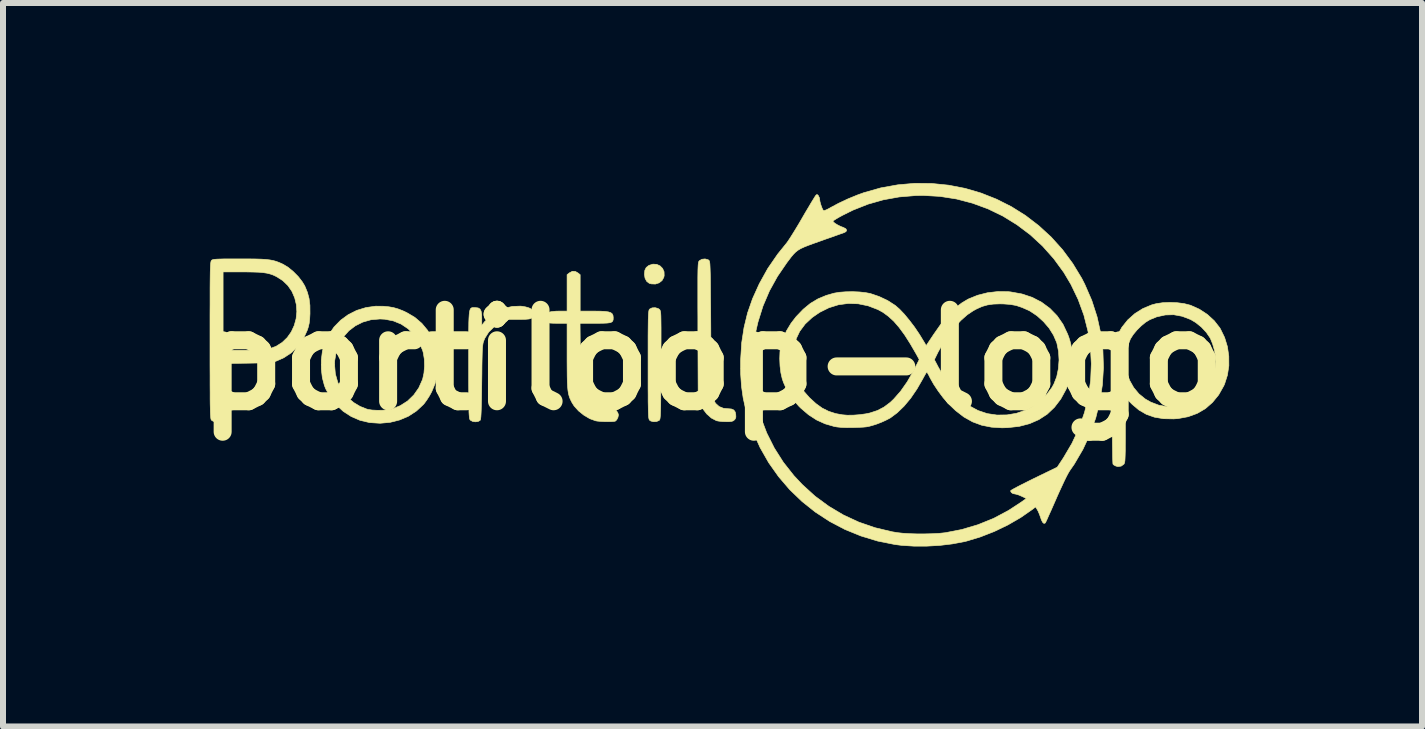
<source format=kicad_pcb>
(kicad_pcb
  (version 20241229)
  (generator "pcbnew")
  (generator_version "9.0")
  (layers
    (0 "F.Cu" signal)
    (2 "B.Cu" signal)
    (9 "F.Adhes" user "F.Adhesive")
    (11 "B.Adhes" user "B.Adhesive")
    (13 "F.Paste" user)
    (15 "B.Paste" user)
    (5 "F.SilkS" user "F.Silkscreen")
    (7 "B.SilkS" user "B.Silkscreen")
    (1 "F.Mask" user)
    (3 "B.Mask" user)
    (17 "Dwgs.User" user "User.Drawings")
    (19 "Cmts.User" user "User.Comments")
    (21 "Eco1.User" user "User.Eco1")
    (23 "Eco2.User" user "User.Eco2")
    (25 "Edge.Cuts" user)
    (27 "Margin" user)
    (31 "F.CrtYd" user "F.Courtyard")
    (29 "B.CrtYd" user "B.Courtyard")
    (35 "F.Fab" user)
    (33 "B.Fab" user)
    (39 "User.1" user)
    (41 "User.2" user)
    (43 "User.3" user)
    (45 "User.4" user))
  (footprint "portiloop-logo"
    (layer "F.Cu")
    (at 8.825 2.948)
    (property "Reference" "portiloop-logo" (at 0 0 0) (layer "F.SilkS") (effects (font (size 1.524 1.524) (thickness 0.3))))
    (attr through_hole)
    (fp_poly (pts (xy -0.93 -1.592) (xy -0.875 -1.567) (xy -0.833 -1.525) (xy -0.808 -1.47) (xy -0.806 -1.405) (xy -0.812 -1.376) (xy -0.842 -1.322) (xy -0.891 -1.284) (xy -0.953 -1.264) (xy -1.021 -1.267) (xy -1.055 -1.277) (xy -1.097 -1.309) (xy -1.125 -1.362) (xy -1.135 -1.428) (xy -1.128 -1.494) (xy -1.105 -1.54) (xy -1.063 -1.573) (xy -1.06 -1.575) (xy -0.993 -1.596) (xy -0.93 -1.592)) (stroke (width 0.01) (type solid)) (fill yes) (layer "F.SilkS"))
    (fp_poly (pts (xy -0.908 -0.857) (xy -0.885 -0.842) (xy -0.879 -0.835) (xy -0.874 -0.827) (xy -0.87 -0.815) (xy -0.866 -0.796) (xy -0.863 -0.77) (xy -0.861 -0.733) (xy -0.86 -0.683) (xy -0.859 -0.618) (xy -0.858 -0.537) (xy -0.858 -0.436) (xy -0.858 -0.313) (xy -0.859 -0.167) (xy -0.859 0.005) (xy -0.86 0.089) (xy -0.86 0.273) (xy -0.861 0.43) (xy -0.862 0.562) (xy -0.863 0.672) (xy -0.864 0.762) (xy -0.866 0.834) (xy -0.868 0.889) (xy -0.87 0.931) (xy -0.873 0.961) (xy -0.876 0.982) (xy -0.88 0.995) (xy -0.885 1.004) (xy -0.891 1.009) (xy -0.892 1.01) (xy -0.933 1.027) (xy -0.983 1.03) (xy -1.028 1.019) (xy -1.05 1.004) (xy -1.055 0.997) (xy -1.059 0.984) (xy -1.063 0.966) (xy -1.066 0.938) (xy -1.068 0.899) (xy -1.07 0.847) (xy -1.071 0.78) (xy -1.073 0.695) (xy -1.073 0.59) (xy -1.074 0.463) (xy -1.074 0.313) (xy -1.074 0.136) (xy -1.074 0.077) (xy -1.074 -0.107) (xy -1.074 -0.264) (xy -1.074 -0.397) (xy -1.073 -0.507) (xy -1.072 -0.597) (xy -1.071 -0.669) (xy -1.069 -0.725) (xy -1.067 -0.767) (xy -1.064 -0.798) (xy -1.061 -0.819) (xy -1.057 -0.833) (xy -1.052 -0.841) (xy -1.048 -0.847) (xy -1.007 -0.867) (xy -0.956 -0.87) (xy -0.908 -0.857)) (stroke (width 0.01) (type solid)) (fill yes) (layer "F.SilkS"))
    (fp_poly (pts (xy -0.076 -1.67) (xy -0.064 -1.663) (xy -0.059 -1.658) (xy -0.055 -1.652) (xy -0.051 -1.64) (xy -0.047 -1.623) (xy -0.044 -1.598) (xy -0.042 -1.562) (xy -0.04 -1.514) (xy -0.038 -1.453) (xy -0.036 -1.375) (xy -0.035 -1.28) (xy -0.034 -1.165) (xy -0.033 -1.028) (xy -0.031 -0.867) (xy -0.03 -0.681) (xy -0.029 -0.527) (xy -0.028 -0.32) (xy -0.026 -0.14) (xy -0.025 0.016) (xy -0.024 0.148) (xy -0.022 0.259) (xy -0.021 0.352) (xy -0.019 0.427) (xy -0.017 0.487) (xy -0.014 0.534) (xy -0.012 0.571) (xy -0.008 0.598) (xy -0.005 0.618) (xy -0.00048 0.634) (xy 0.004 0.646) (xy 0.051 0.724) (xy 0.109 0.777) (xy 0.181 0.806) (xy 0.251 0.813) (xy 0.314 0.818) (xy 0.354 0.835) (xy 0.378 0.868) (xy 0.387 0.91) (xy 0.389 0.954) (xy 0.378 0.984) (xy 0.365 1) (xy 0.344 1.016) (xy 0.318 1.025) (xy 0.279 1.029) (xy 0.221 1.029) (xy 0.161 1.027) (xy 0.106 1.021) (xy 0.068 1.014) (xy 0.065 1.013) (xy -0.019 0.969) (xy -0.096 0.901) (xy -0.162 0.815) (xy -0.206 0.728) (xy -0.239 0.646) (xy -0.244 -0.489) (xy -0.244 -0.698) (xy -0.245 -0.879) (xy -0.245 -1.035) (xy -0.245 -1.167) (xy -0.245 -1.279) (xy -0.245 -1.371) (xy -0.244 -1.446) (xy -0.243 -1.505) (xy -0.241 -1.551) (xy -0.239 -1.586) (xy -0.236 -1.611) (xy -0.233 -1.628) (xy -0.229 -1.64) (xy -0.224 -1.647) (xy -0.219 -1.653) (xy -0.218 -1.654) (xy -0.177 -1.677) (xy -0.125 -1.683) (xy -0.076 -1.67)) (stroke (width 0.01) (type solid)) (fill yes) (layer "F.SilkS"))
    (fp_poly (pts (xy -2.286 -1.474) (xy -2.244 -1.45) (xy -2.206 -1.42) (xy -2.206 -0.813) (xy -1.982 -0.813) (xy -1.876 -0.812) (xy -1.795 -0.808) (xy -1.736 -0.8) (xy -1.696 -0.787) (xy -1.672 -0.768) (xy -1.659 -0.742) (xy -1.655 -0.707) (xy -1.655 -0.701) (xy -1.656 -0.671) (xy -1.663 -0.648) (xy -1.68 -0.631) (xy -1.709 -0.62) (xy -1.755 -0.614) (xy -1.821 -0.611) (xy -1.911 -0.61) (xy -1.954 -0.61) (xy -2.208 -0.61) (xy -2.203 -0.069) (xy -2.199 0.472) (xy -2.151 0.569) (xy -2.097 0.658) (xy -2.032 0.724) (xy -1.952 0.77) (xy -1.852 0.798) (xy -1.752 0.809) (xy -1.689 0.814) (xy -1.648 0.82) (xy -1.622 0.829) (xy -1.604 0.843) (xy -1.596 0.853) (xy -1.576 0.888) (xy -1.568 0.917) (xy -1.576 0.957) (xy -1.596 0.997) (xy -1.617 1.019) (xy -1.64 1.025) (xy -1.684 1.028) (xy -1.742 1.029) (xy -1.805 1.028) (xy -1.867 1.025) (xy -1.92 1.02) (xy -1.949 1.015) (xy -2.045 0.98) (xy -2.142 0.923) (xy -2.232 0.851) (xy -2.306 0.769) (xy -2.341 0.714) (xy -2.361 0.675) (xy -2.378 0.638) (xy -2.391 0.6) (xy -2.402 0.557) (xy -2.41 0.505) (xy -2.416 0.442) (xy -2.42 0.365) (xy -2.422 0.27) (xy -2.423 0.155) (xy -2.424 0.015) (xy -2.424 -0.068) (xy -2.424 -0.61) (xy -2.583 -0.61) (xy -2.658 -0.611) (xy -2.709 -0.614) (xy -2.742 -0.62) (xy -2.761 -0.63) (xy -2.764 -0.632) (xy -2.78 -0.664) (xy -2.786 -0.709) (xy -2.781 -0.751) (xy -2.775 -0.765) (xy -2.745 -0.788) (xy -2.689 -0.804) (xy -2.607 -0.812) (xy -2.554 -0.813) (xy -2.424 -0.813) (xy -2.424 -1.42) (xy -2.386 -1.45) (xy -2.335 -1.477) (xy -2.286 -1.474)) (stroke (width 0.01) (type solid)) (fill yes) (layer "F.SilkS"))
    (fp_poly (pts (xy -3.172 -0.893) (xy -3.115 -0.883) (xy -3.063 -0.868) (xy -3.036 -0.856) (xy -3.005 -0.832) (xy -2.992 -0.803) (xy -2.99 -0.771) (xy -2.992 -0.736) (xy -3.001 -0.71) (xy -3.021 -0.693) (xy -3.056 -0.682) (xy -3.11 -0.677) (xy -3.188 -0.675) (xy -3.229 -0.675) (xy -3.42 -0.675) (xy -3.531 -0.62) (xy -3.64 -0.551) (xy -3.729 -0.465) (xy -3.793 -0.364) (xy -3.806 -0.334) (xy -3.814 -0.313) (xy -3.821 -0.293) (xy -3.826 -0.269) (xy -3.83 -0.239) (xy -3.834 -0.2) (xy -3.837 -0.149) (xy -3.839 -0.083) (xy -3.841 0.001) (xy -3.843 0.105) (xy -3.844 0.233) (xy -3.846 0.364) (xy -3.848 0.521) (xy -3.85 0.651) (xy -3.853 0.756) (xy -3.855 0.839) (xy -3.858 0.903) (xy -3.861 0.95) (xy -3.865 0.981) (xy -3.87 1) (xy -3.873 1.007) (xy -3.906 1.026) (xy -3.952 1.032) (xy -3.999 1.025) (xy -4.035 1.005) (xy -4.041 0.998) (xy -4.046 0.989) (xy -4.05 0.974) (xy -4.053 0.951) (xy -4.056 0.918) (xy -4.059 0.872) (xy -4.06 0.812) (xy -4.062 0.736) (xy -4.063 0.641) (xy -4.063 0.525) (xy -4.064 0.386) (xy -4.064 0.222) (xy -4.064 0.072) (xy -4.064 -0.117) (xy -4.064 -0.279) (xy -4.064 -0.416) (xy -4.063 -0.53) (xy -4.062 -0.624) (xy -4.059 -0.698) (xy -4.055 -0.757) (xy -4.05 -0.8) (xy -4.043 -0.831) (xy -4.034 -0.852) (xy -4.022 -0.864) (xy -4.008 -0.87) (xy -3.992 -0.872) (xy -3.972 -0.871) (xy -3.951 -0.871) (xy -3.906 -0.866) (xy -3.876 -0.848) (xy -3.857 -0.813) (xy -3.848 -0.758) (xy -3.846 -0.691) (xy -3.846 -0.576) (xy -3.799 -0.636) (xy -3.706 -0.73) (xy -3.594 -0.806) (xy -3.469 -0.86) (xy -3.336 -0.891) (xy -3.2 -0.896) (xy -3.172 -0.893)) (stroke (width 0.01) (type solid)) (fill yes) (layer "F.SilkS"))
    (fp_poly (pts (xy -5.488 -0.894) (xy -5.394 -0.885) (xy -5.315 -0.871) (xy -5.242 -0.85) (xy -5.162 -0.819) (xy -5.096 -0.788) (xy -4.962 -0.709) (xy -4.845 -0.609) (xy -4.748 -0.492) (xy -4.672 -0.361) (xy -4.616 -0.219) (xy -4.583 -0.068) (xy -4.573 0.087) (xy -4.587 0.244) (xy -4.626 0.401) (xy -4.68 0.53) (xy -4.717 0.598) (xy -4.761 0.667) (xy -4.803 0.725) (xy -4.817 0.742) (xy -4.934 0.851) (xy -5.067 0.938) (xy -5.215 1.001) (xy -5.374 1.041) (xy -5.54 1.056) (xy -5.712 1.045) (xy -5.719 1.044) (xy -5.875 1.007) (xy -6.021 0.944) (xy -6.154 0.858) (xy -6.271 0.75) (xy -6.369 0.625) (xy -6.446 0.483) (xy -6.468 0.428) (xy -6.503 0.296) (xy -6.52 0.151) (xy -6.52 0.083) (xy -6.299 0.083) (xy -6.286 0.234) (xy -6.246 0.374) (xy -6.18 0.502) (xy -6.087 0.618) (xy -6.072 0.634) (xy -5.979 0.712) (xy -5.874 0.775) (xy -5.767 0.818) (xy -5.739 0.826) (xy -5.673 0.836) (xy -5.59 0.84) (xy -5.502 0.839) (xy -5.42 0.833) (xy -5.352 0.822) (xy -5.34 0.818) (xy -5.204 0.763) (xy -5.082 0.685) (xy -4.979 0.585) (xy -4.896 0.467) (xy -4.836 0.333) (xy -4.831 0.32) (xy -4.809 0.219) (xy -4.8 0.105) (xy -4.803 -0.011) (xy -4.82 -0.117) (xy -4.832 -0.16) (xy -4.894 -0.3) (xy -4.975 -0.421) (xy -5.075 -0.52) (xy -5.19 -0.597) (xy -5.32 -0.65) (xy -5.462 -0.678) (xy -5.543 -0.682) (xy -5.692 -0.669) (xy -5.829 -0.63) (xy -5.953 -0.568) (xy -6.062 -0.485) (xy -6.152 -0.383) (xy -6.223 -0.264) (xy -6.272 -0.131) (xy -6.297 0.014) (xy -6.299 0.083) (xy -6.52 0.083) (xy -6.52 0.002) (xy -6.502 -0.143) (xy -6.468 -0.268) (xy -6.399 -0.416) (xy -6.308 -0.548) (xy -6.198 -0.661) (xy -6.071 -0.754) (xy -5.93 -0.825) (xy -5.777 -0.872) (xy -5.615 -0.895) (xy -5.488 -0.894)) (stroke (width 0.01) (type solid)) (fill yes) (layer "F.SilkS"))
    (fp_poly (pts (xy 7.744 -0.953) (xy 7.86 -0.938) (xy 7.958 -0.913) (xy 7.966 -0.911) (xy 8.113 -0.845) (xy 8.246 -0.758) (xy 8.361 -0.653) (xy 8.454 -0.534) (xy 8.465 -0.515) (xy 8.534 -0.374) (xy 8.581 -0.221) (xy 8.604 -0.062) (xy 8.605 0.099) (xy 8.581 0.255) (xy 8.534 0.402) (xy 8.52 0.433) (xy 8.435 0.583) (xy 8.332 0.709) (xy 8.213 0.813) (xy 8.077 0.892) (xy 7.925 0.947) (xy 7.758 0.978) (xy 7.685 0.983) (xy 7.517 0.98) (xy 7.367 0.955) (xy 7.231 0.908) (xy 7.107 0.836) (xy 6.993 0.74) (xy 6.987 0.734) (xy 6.88 0.627) (xy 6.88 1.168) (xy 6.88 1.309) (xy 6.879 1.423) (xy 6.879 1.515) (xy 6.877 1.585) (xy 6.875 1.639) (xy 6.873 1.677) (xy 6.869 1.704) (xy 6.864 1.722) (xy 6.858 1.734) (xy 6.854 1.739) (xy 6.811 1.77) (xy 6.757 1.778) (xy 6.721 1.769) (xy 6.689 1.752) (xy 6.674 1.737) (xy 6.672 1.72) (xy 6.67 1.676) (xy 6.668 1.609) (xy 6.667 1.519) (xy 6.665 1.411) (xy 6.664 1.286) (xy 6.663 1.147) (xy 6.663 0.996) (xy 6.662 0.836) (xy 6.662 0.79) (xy 6.662 0.601) (xy 6.662 0.44) (xy 6.663 0.303) (xy 6.663 0.187) (xy 6.664 0.092) (xy 6.664 0.075) (xy 6.883 0.075) (xy 6.906 0.212) (xy 6.951 0.341) (xy 7.018 0.46) (xy 7.105 0.565) (xy 7.212 0.652) (xy 7.304 0.704) (xy 7.438 0.755) (xy 7.57 0.778) (xy 7.706 0.775) (xy 7.787 0.762) (xy 7.917 0.721) (xy 8.04 0.658) (xy 8.149 0.575) (xy 8.239 0.478) (xy 8.292 0.396) (xy 8.327 0.317) (xy 8.356 0.222) (xy 8.378 0.124) (xy 8.389 0.034) (xy 8.389 0.015) (xy 8.382 -0.07) (xy 8.363 -0.167) (xy 8.335 -0.264) (xy 8.301 -0.349) (xy 8.292 -0.367) (xy 8.229 -0.459) (xy 8.147 -0.547) (xy 8.052 -0.623) (xy 7.968 -0.673) (xy 7.827 -0.727) (xy 7.686 -0.753) (xy 7.544 -0.749) (xy 7.401 -0.717) (xy 7.289 -0.671) (xy 7.219 -0.629) (xy 7.145 -0.568) (xy 7.073 -0.497) (xy 7.011 -0.422) (xy 6.966 -0.352) (xy 6.963 -0.346) (xy 6.911 -0.207) (xy 6.885 -0.065) (xy 6.883 0.075) (xy 6.664 0.075) (xy 6.665 0.013) (xy 6.667 -0.05) (xy 6.669 -0.102) (xy 6.672 -0.142) (xy 6.676 -0.176) (xy 6.68 -0.203) (xy 6.685 -0.228) (xy 6.691 -0.252) (xy 6.691 -0.252) (xy 6.744 -0.404) (xy 6.822 -0.543) (xy 6.921 -0.667) (xy 7.039 -0.772) (xy 7.173 -0.856) (xy 7.32 -0.917) (xy 7.395 -0.937) (xy 7.502 -0.953) (xy 7.622 -0.958) (xy 7.744 -0.953)) (stroke (width 0.01) (type solid)) (fill yes) (layer "F.SilkS"))
    (fp_poly (pts (xy -7.88 -1.683) (xy -7.737 -1.683) (xy -7.619 -1.682) (xy -7.523 -1.679) (xy -7.444 -1.674) (xy -7.378 -1.666) (xy -7.323 -1.656) (xy -7.273 -1.642) (xy -7.225 -1.624) (xy -7.175 -1.602) (xy -7.156 -1.593) (xy -7.072 -1.542) (xy -6.986 -1.471) (xy -6.904 -1.388) (xy -6.837 -1.301) (xy -6.796 -1.233) (xy -6.752 -1.127) (xy -6.724 -1.022) (xy -6.71 -0.909) (xy -6.709 -0.779) (xy -6.709 -0.769) (xy -6.714 -0.68) (xy -6.722 -0.611) (xy -6.736 -0.55) (xy -6.753 -0.497) (xy -6.818 -0.354) (xy -6.906 -0.228) (xy -7.015 -0.122) (xy -7.143 -0.037) (xy -7.261 0.016) (xy -7.29 0.026) (xy -7.318 0.034) (xy -7.35 0.04) (xy -7.389 0.044) (xy -7.44 0.048) (xy -7.507 0.05) (xy -7.593 0.052) (xy -7.703 0.054) (xy -7.754 0.055) (xy -8.157 0.06) (xy -8.157 0.516) (xy -8.157 0.644) (xy -8.157 0.745) (xy -8.158 0.824) (xy -8.16 0.883) (xy -8.162 0.926) (xy -8.165 0.956) (xy -8.17 0.976) (xy -8.176 0.989) (xy -8.184 0.999) (xy -8.186 1.001) (xy -8.225 1.024) (xy -8.274 1.031) (xy -8.322 1.023) (xy -8.351 1.004) (xy -8.355 0.998) (xy -8.359 0.987) (xy -8.362 0.971) (xy -8.364 0.946) (xy -8.367 0.913) (xy -8.369 0.868) (xy -8.37 0.809) (xy -8.372 0.736) (xy -8.373 0.647) (xy -8.373 0.539) (xy -8.374 0.411) (xy -8.374 0.26) (xy -8.375 0.086) (xy -8.375 -0.113) (xy -8.375 -0.329) (xy -8.375 -0.554) (xy -8.375 -0.751) (xy -8.374 -0.923) (xy -8.374 -1.072) (xy -8.374 -1.198) (xy -8.373 -1.305) (xy -8.372 -1.393) (xy -8.371 -1.464) (xy -8.371 -1.466) (xy -8.157 -1.466) (xy -8.157 -0.16) (xy -7.819 -0.16) (xy -7.697 -0.16) (xy -7.6 -0.162) (xy -7.524 -0.165) (xy -7.466 -0.17) (xy -7.42 -0.176) (xy -7.394 -0.182) (xy -7.275 -0.226) (xy -7.172 -0.291) (xy -7.087 -0.373) (xy -7.02 -0.468) (xy -6.971 -0.574) (xy -6.94 -0.687) (xy -6.928 -0.803) (xy -6.936 -0.92) (xy -6.963 -1.033) (xy -7.009 -1.14) (xy -7.076 -1.238) (xy -7.163 -1.322) (xy -7.272 -1.391) (xy -7.275 -1.392) (xy -7.324 -1.415) (xy -7.373 -1.432) (xy -7.425 -1.445) (xy -7.485 -1.454) (xy -7.558 -1.461) (xy -7.648 -1.464) (xy -7.76 -1.466) (xy -7.84 -1.466) (xy -8.157 -1.466) (xy -8.371 -1.466) (xy -8.369 -1.522) (xy -8.367 -1.566) (xy -8.365 -1.599) (xy -8.362 -1.623) (xy -8.359 -1.639) (xy -8.355 -1.65) (xy -8.351 -1.656) (xy -8.348 -1.66) (xy -8.338 -1.667) (xy -8.322 -1.672) (xy -8.297 -1.676) (xy -8.26 -1.679) (xy -8.207 -1.681) (xy -8.136 -1.683) (xy -8.044 -1.683) (xy -7.927 -1.683) (xy -7.88 -1.683)) (stroke (width 0.01) (type solid)) (fill yes) (layer "F.SilkS"))
    (fp_poly (pts (xy 4.929 -1.137) (xy 4.968 -1.133) (xy 5.156 -1.099) (xy 5.328 -1.042) (xy 5.484 -0.961) (xy 5.622 -0.859) (xy 5.742 -0.736) (xy 5.841 -0.593) (xy 5.918 -0.43) (xy 5.938 -0.377) (xy 5.958 -0.313) (xy 5.972 -0.258) (xy 5.981 -0.202) (xy 5.987 -0.136) (xy 5.991 -0.05) (xy 5.991 -0.049) (xy 5.992 0.086) (xy 5.982 0.203) (xy 5.96 0.31) (xy 5.924 0.416) (xy 5.892 0.491) (xy 5.803 0.653) (xy 5.698 0.79) (xy 5.577 0.905) (xy 5.439 0.995) (xy 5.283 1.063) (xy 5.11 1.108) (xy 4.919 1.129) (xy 4.825 1.132) (xy 4.649 1.121) (xy 4.487 1.089) (xy 4.335 1.033) (xy 4.19 0.952) (xy 4.05 0.844) (xy 3.925 0.724) (xy 3.843 0.629) (xy 3.761 0.519) (xy 3.686 0.406) (xy 3.625 0.298) (xy 3.62 0.287) (xy 3.598 0.244) (xy 3.58 0.214) (xy 3.571 0.203) (xy 3.561 0.215) (xy 3.542 0.247) (xy 3.516 0.293) (xy 3.505 0.314) (xy 3.407 0.485) (xy 3.302 0.639) (xy 3.191 0.772) (xy 3.078 0.881) (xy 2.964 0.966) (xy 2.946 0.976) (xy 2.888 1.006) (xy 2.815 1.039) (xy 2.74 1.068) (xy 2.714 1.077) (xy 2.658 1.094) (xy 2.61 1.107) (xy 2.563 1.116) (xy 2.51 1.121) (xy 2.442 1.124) (xy 2.353 1.127) (xy 2.351 1.127) (xy 2.238 1.128) (xy 2.148 1.125) (xy 2.077 1.118) (xy 2.03 1.11) (xy 1.875 1.065) (xy 1.734 1.001) (xy 1.6 0.914) (xy 1.47 0.803) (xy 1.437 0.77) (xy 1.33 0.648) (xy 1.246 0.519) (xy 1.182 0.374) (xy 1.161 0.312) (xy 1.139 0.215) (xy 1.125 0.102) (xy 1.12 -0.018) (xy 1.12 -0.022) (xy 1.335 -0.022) (xy 1.345 0.127) (xy 1.376 0.261) (xy 1.429 0.386) (xy 1.507 0.506) (xy 1.612 0.626) (xy 1.616 0.63) (xy 1.723 0.728) (xy 1.827 0.803) (xy 1.935 0.857) (xy 2.053 0.895) (xy 2.163 0.915) (xy 2.246 0.922) (xy 2.347 0.921) (xy 2.453 0.913) (xy 2.554 0.899) (xy 2.622 0.885) (xy 2.747 0.844) (xy 2.857 0.787) (xy 2.961 0.709) (xy 3.019 0.654) (xy 3.135 0.522) (xy 3.245 0.365) (xy 3.351 0.181) (xy 3.369 0.146) (xy 3.444 -0.004) (xy 3.697 -0.004) (xy 3.765 0.125) (xy 3.859 0.287) (xy 3.958 0.434) (xy 4.06 0.563) (xy 4.163 0.671) (xy 4.264 0.754) (xy 4.279 0.765) (xy 4.423 0.843) (xy 4.577 0.895) (xy 4.739 0.919) (xy 4.907 0.917) (xy 5.065 0.89) (xy 5.204 0.843) (xy 5.337 0.773) (xy 5.461 0.683) (xy 5.569 0.577) (xy 5.656 0.461) (xy 5.689 0.402) (xy 5.736 0.282) (xy 5.764 0.147) (xy 5.775 0.004) (xy 5.767 -0.139) (xy 5.74 -0.274) (xy 5.735 -0.291) (xy 5.683 -0.412) (xy 5.609 -0.53) (xy 5.515 -0.639) (xy 5.409 -0.735) (xy 5.294 -0.812) (xy 5.265 -0.827) (xy 5.158 -0.874) (xy 5.06 -0.907) (xy 4.96 -0.925) (xy 4.848 -0.933) (xy 4.79 -0.934) (xy 4.677 -0.93) (xy 4.582 -0.916) (xy 4.494 -0.891) (xy 4.404 -0.851) (xy 4.345 -0.819) (xy 4.245 -0.752) (xy 4.141 -0.66) (xy 4.037 -0.548) (xy 3.938 -0.422) (xy 3.845 -0.283) (xy 3.763 -0.138) (xy 3.751 -0.114) (xy 3.697 -0.004) (xy 3.444 -0.004) (xy 3.445 -0.006) (xy 3.397 -0.094) (xy 3.296 -0.268) (xy 3.202 -0.416) (xy 3.11 -0.541) (xy 3.021 -0.644) (xy 2.93 -0.727) (xy 2.838 -0.794) (xy 2.756 -0.839) (xy 2.594 -0.901) (xy 2.429 -0.935) (xy 2.263 -0.941) (xy 2.099 -0.919) (xy 1.939 -0.869) (xy 1.784 -0.792) (xy 1.66 -0.706) (xy 1.544 -0.598) (xy 1.453 -0.476) (xy 1.389 -0.341) (xy 1.349 -0.192) (xy 1.335 -0.029) (xy 1.335 -0.022) (xy 1.12 -0.022) (xy 1.124 -0.134) (xy 1.138 -0.232) (xy 1.175 -0.356) (xy 1.233 -0.485) (xy 1.309 -0.611) (xy 1.393 -0.72) (xy 1.511 -0.843) (xy 1.63 -0.941) (xy 1.757 -1.017) (xy 1.896 -1.075) (xy 2.025 -1.112) (xy 2.114 -1.127) (xy 2.222 -1.135) (xy 2.338 -1.137) (xy 2.452 -1.132) (xy 2.556 -1.12) (xy 2.63 -1.106) (xy 2.777 -1.056) (xy 2.917 -0.99) (xy 3.04 -0.911) (xy 3.045 -0.908) (xy 3.117 -0.845) (xy 3.197 -0.761) (xy 3.281 -0.659) (xy 3.367 -0.546) (xy 3.448 -0.426) (xy 3.523 -0.303) (xy 3.527 -0.297) (xy 3.561 -0.238) (xy 3.687 -0.427) (xy 3.79 -0.574) (xy 3.884 -0.696) (xy 3.975 -0.798) (xy 4.064 -0.881) (xy 4.155 -0.95) (xy 4.25 -1.007) (xy 4.267 -1.016) (xy 4.417 -1.077) (xy 4.582 -1.119) (xy 4.755 -1.139) (xy 4.929 -1.137)) (stroke (width 0.01) (type solid)) (fill yes) (layer "F.SilkS"))
    (fp_poly (pts (xy 3.656 -2.94) (xy 3.934 -2.912) (xy 4.208 -2.859) (xy 4.474 -2.781) (xy 4.732 -2.679) (xy 4.98 -2.554) (xy 5.215 -2.407) (xy 5.437 -2.237) (xy 5.644 -2.047) (xy 5.833 -1.837) (xy 6.003 -1.607) (xy 6.154 -1.358) (xy 6.206 -1.255) (xy 6.321 -0.99) (xy 6.409 -0.717) (xy 6.471 -0.438) (xy 6.506 -0.155) (xy 6.515 0.129) (xy 6.498 0.411) (xy 6.455 0.691) (xy 6.387 0.966) (xy 6.293 1.233) (xy 6.173 1.491) (xy 6.029 1.737) (xy 5.95 1.851) (xy 5.931 1.883) (xy 5.902 1.937) (xy 5.866 2.01) (xy 5.825 2.098) (xy 5.78 2.195) (xy 5.734 2.298) (xy 5.727 2.315) (xy 5.683 2.415) (xy 5.643 2.506) (xy 5.607 2.585) (xy 5.579 2.649) (xy 5.558 2.694) (xy 5.547 2.716) (xy 5.545 2.718) (xy 5.524 2.726) (xy 5.501 2.706) (xy 5.479 2.662) (xy 5.469 2.631) (xy 5.449 2.575) (xy 5.427 2.523) (xy 5.414 2.499) (xy 5.384 2.45) (xy 5.33 2.492) (xy 5.136 2.627) (xy 4.922 2.751) (xy 4.695 2.86) (xy 4.462 2.951) (xy 4.23 3.021) (xy 4.187 3.031) (xy 3.995 3.067) (xy 3.786 3.092) (xy 3.57 3.104) (xy 3.356 3.104) (xy 3.152 3.091) (xy 3.041 3.077) (xy 2.751 3.019) (xy 2.472 2.934) (xy 2.205 2.825) (xy 1.952 2.692) (xy 1.713 2.536) (xy 1.491 2.359) (xy 1.286 2.162) (xy 1.101 1.946) (xy 0.936 1.713) (xy 0.793 1.462) (xy 0.674 1.197) (xy 0.617 1.038) (xy 0.555 0.833) (xy 0.511 0.637) (xy 0.483 0.441) (xy 0.469 0.237) (xy 0.468 0.144) (xy 0.67 0.144) (xy 0.672 0.254) (xy 0.677 0.348) (xy 0.681 0.386) (xy 0.729 0.675) (xy 0.803 0.953) (xy 0.903 1.217) (xy 1.029 1.468) (xy 1.18 1.706) (xy 1.357 1.93) (xy 1.494 2.076) (xy 1.708 2.271) (xy 1.938 2.44) (xy 2.182 2.585) (xy 2.439 2.704) (xy 2.709 2.797) (xy 2.99 2.864) (xy 3.08 2.879) (xy 3.17 2.889) (xy 3.281 2.896) (xy 3.405 2.9) (xy 3.534 2.9) (xy 3.66 2.897) (xy 3.775 2.891) (xy 3.871 2.881) (xy 3.875 2.881) (xy 4.153 2.827) (xy 4.423 2.747) (xy 4.685 2.641) (xy 4.933 2.509) (xy 5.144 2.371) (xy 5.23 2.309) (xy 5.151 2.272) (xy 5.104 2.252) (xy 5.062 2.239) (xy 5.043 2.235) (xy 5.007 2.228) (xy 4.98 2.21) (xy 4.968 2.187) (xy 4.971 2.177) (xy 4.987 2.167) (xy 5.025 2.145) (xy 5.083 2.114) (xy 5.157 2.076) (xy 5.243 2.033) (xy 5.339 1.985) (xy 5.364 1.973) (xy 5.745 1.788) (xy 5.848 1.632) (xy 5.991 1.389) (xy 6.109 1.136) (xy 6.2 0.875) (xy 6.264 0.607) (xy 6.302 0.337) (xy 6.313 0.064) (xy 6.298 -0.209) (xy 6.257 -0.479) (xy 6.189 -0.746) (xy 6.094 -1.006) (xy 5.973 -1.258) (xy 5.855 -1.457) (xy 5.687 -1.687) (xy 5.5 -1.897) (xy 5.295 -2.086) (xy 5.074 -2.252) (xy 4.839 -2.397) (xy 4.591 -2.517) (xy 4.332 -2.612) (xy 4.065 -2.682) (xy 3.79 -2.725) (xy 3.51 -2.741) (xy 3.389 -2.739) (xy 3.111 -2.716) (xy 2.846 -2.668) (xy 2.59 -2.595) (xy 2.338 -2.495) (xy 2.171 -2.412) (xy 2.11 -2.379) (xy 2.059 -2.349) (xy 2.023 -2.326) (xy 2.007 -2.313) (xy 2.007 -2.313) (xy 2.016 -2.297) (xy 2.044 -2.274) (xy 2.087 -2.248) (xy 2.136 -2.224) (xy 2.181 -2.207) (xy 2.221 -2.186) (xy 2.235 -2.162) (xy 2.224 -2.138) (xy 2.195 -2.122) (xy 2.171 -2.113) (xy 2.124 -2.097) (xy 2.057 -2.073) (xy 1.976 -2.044) (xy 1.883 -2.012) (xy 1.8 -1.982) (xy 1.687 -1.942) (xy 1.597 -1.909) (xy 1.526 -1.881) (xy 1.47 -1.855) (xy 1.425 -1.828) (xy 1.386 -1.798) (xy 1.35 -1.762) (xy 1.312 -1.717) (xy 1.269 -1.66) (xy 1.24 -1.622) (xy 1.082 -1.391) (xy 0.949 -1.151) (xy 0.841 -0.898) (xy 0.757 -0.63) (xy 0.701 -0.385) (xy 0.69 -0.307) (xy 0.682 -0.208) (xy 0.675 -0.095) (xy 0.671 0.025) (xy 0.67 0.144) (xy 0.468 0.144) (xy 0.468 0.017) (xy 0.469 -0.014) (xy 0.486 -0.285) (xy 0.525 -0.539) (xy 0.584 -0.782) (xy 0.667 -1.02) (xy 0.775 -1.259) (xy 0.779 -1.268) (xy 0.92 -1.522) (xy 1.086 -1.763) (xy 1.233 -1.945) (xy 1.255 -1.975) (xy 1.289 -2.026) (xy 1.332 -2.094) (xy 1.382 -2.175) (xy 1.437 -2.266) (xy 1.493 -2.362) (xy 1.495 -2.366) (xy 1.549 -2.459) (xy 1.6 -2.544) (xy 1.644 -2.619) (xy 1.681 -2.679) (xy 1.707 -2.721) (xy 1.721 -2.742) (xy 1.722 -2.743) (xy 1.74 -2.757) (xy 1.756 -2.747) (xy 1.764 -2.737) (xy 1.781 -2.701) (xy 1.785 -2.677) (xy 1.79 -2.641) (xy 1.802 -2.595) (xy 1.818 -2.548) (xy 1.835 -2.509) (xy 1.849 -2.488) (xy 1.851 -2.487) (xy 1.871 -2.491) (xy 1.908 -2.506) (xy 1.955 -2.531) (xy 1.959 -2.534) (xy 2.099 -2.609) (xy 2.256 -2.683) (xy 2.417 -2.749) (xy 2.522 -2.787) (xy 2.805 -2.867) (xy 3.089 -2.918) (xy 3.373 -2.943) (xy 3.656 -2.94)) (stroke (width 0.01) (type solid)) (fill yes) (layer "F.SilkS")))
  (gr_rect
    (start -3 -3)
    (end 20.649 9.057)
    (stroke (width 0.1) (type default))
    (fill no)
    (layer "Edge.Cuts")))
</source>
